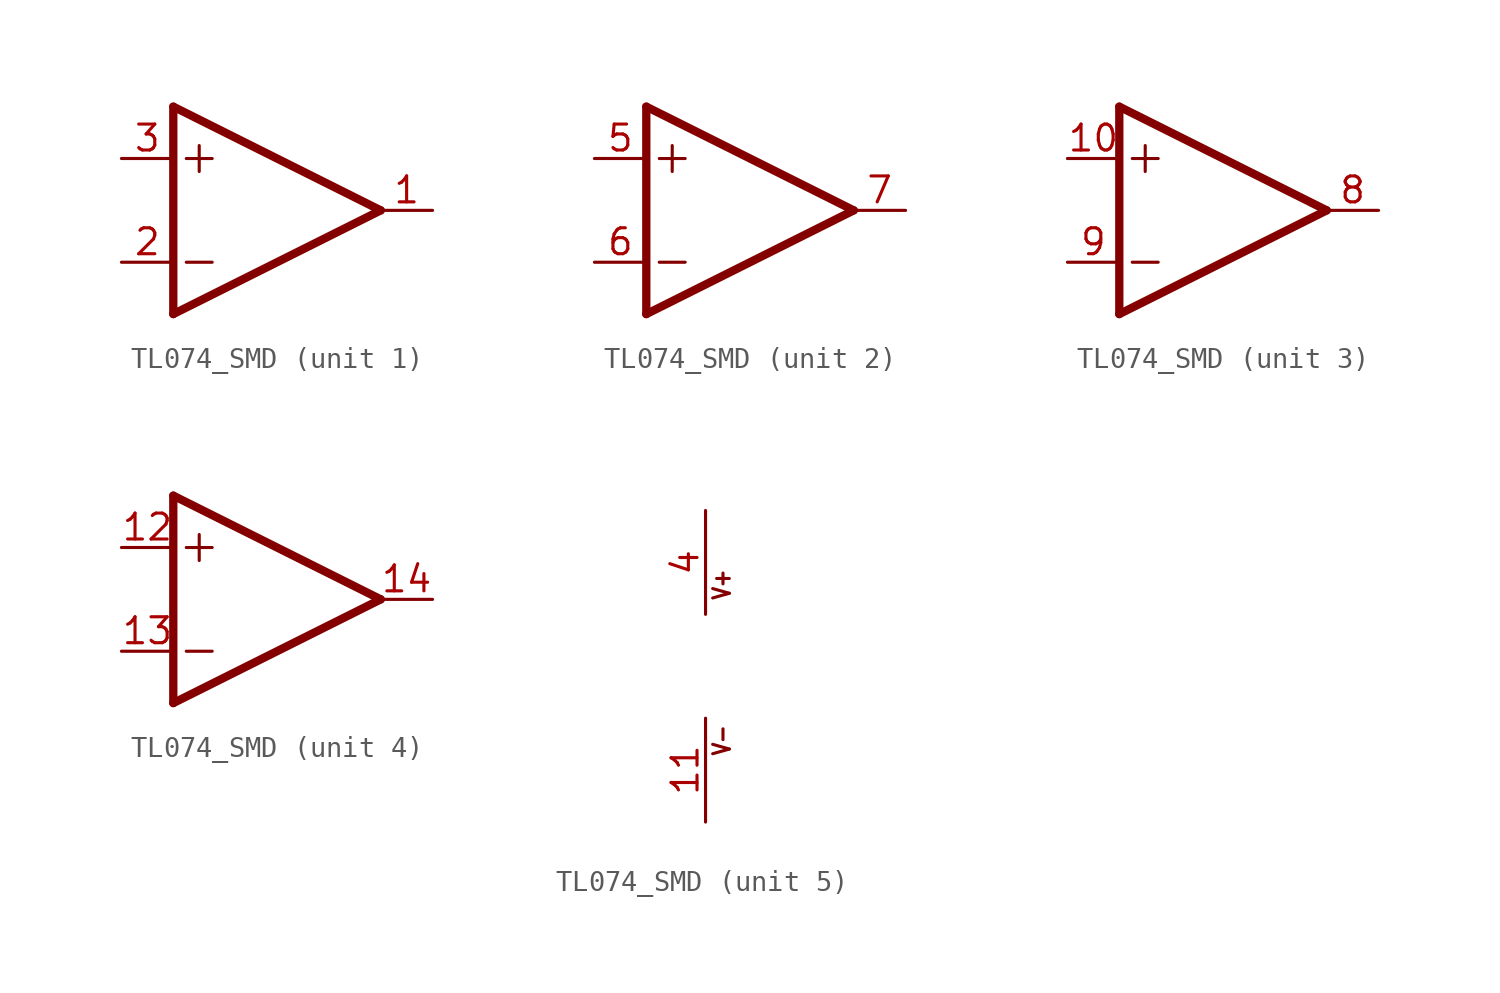
<source format=kicad_sym>
(kicad_symbol_lib
  (version 20211014)
  (generator kicad_symbol_editor)
  (symbol "TL074_SMD"
    (property "Reference" "U"
      (at 2.54 3.175 0)
      (effects (font (size 1.778 1.511)) (justify left bottom) hide))
    (property "ki_locked" ""
      (at 0 0 0)
      (effects (font (size 1.27 1.27))))
    (symbol "TL074_SMD_1_0"
      (polyline (pts (xy -5.08 -5.08) (xy 5.08 0)) (stroke (width 0.406) (type default) (color 0 0 0 0)) (fill (type none)))
      (polyline (pts (xy -5.08 5.08) (xy -5.08 -5.08)) (stroke (width 0.406) (type default) (color 0 0 0 0)) (fill (type none)))
      (polyline (pts (xy -4.445 -2.54) (xy -3.175 -2.54)) (stroke (width 0.152) (type default) (color 0 0 0 0)) (fill (type none)))
      (polyline (pts (xy -4.445 2.54) (xy -3.175 2.54)) (stroke (width 0.152) (type default) (color 0 0 0 0)) (fill (type none)))
      (polyline (pts (xy -3.81 3.175) (xy -3.81 1.905)) (stroke (width 0.152) (type default) (color 0 0 0 0)) (fill (type none)))
      (polyline (pts (xy 5.08 0) (xy -5.08 5.08)) (stroke (width 0.406) (type default) (color 0 0 0 0)) (fill (type none)))
      (pin output line (at 7.62 0 180) (length 2.54) (name "OUT" (effects (font (size 0 0)))) (number "1" (effects (font (size 1.27 1.27)))))
      (pin input line (at -7.62 -2.54 0) (length 2.54) (name "-IN" (effects (font (size 0 0)))) (number "2" (effects (font (size 1.27 1.27)))))
      (pin input line (at -7.62 2.54 0) (length 2.54) (name "+IN" (effects (font (size 0 0)))) (number "3" (effects (font (size 1.27 1.27))))))
    (symbol "TL074_SMD_2_0"
      (polyline (pts (xy -5.08 -5.08) (xy 5.08 0)) (stroke (width 0.406) (type default) (color 0 0 0 0)) (fill (type none)))
      (polyline (pts (xy -5.08 5.08) (xy -5.08 -5.08)) (stroke (width 0.406) (type default) (color 0 0 0 0)) (fill (type none)))
      (polyline (pts (xy -4.445 -2.54) (xy -3.175 -2.54)) (stroke (width 0.152) (type default) (color 0 0 0 0)) (fill (type none)))
      (polyline (pts (xy -4.445 2.54) (xy -3.175 2.54)) (stroke (width 0.152) (type default) (color 0 0 0 0)) (fill (type none)))
      (polyline (pts (xy -3.81 3.175) (xy -3.81 1.905)) (stroke (width 0.152) (type default) (color 0 0 0 0)) (fill (type none)))
      (polyline (pts (xy 5.08 0) (xy -5.08 5.08)) (stroke (width 0.406) (type default) (color 0 0 0 0)) (fill (type none)))
      (pin input line (at -7.62 2.54 0) (length 2.54) (name "+IN" (effects (font (size 0 0)))) (number "5" (effects (font (size 1.27 1.27)))))
      (pin input line (at -7.62 -2.54 0) (length 2.54) (name "-IN" (effects (font (size 0 0)))) (number "6" (effects (font (size 1.27 1.27)))))
      (pin output line (at 7.62 0 180) (length 2.54) (name "OUT" (effects (font (size 0 0)))) (number "7" (effects (font (size 1.27 1.27))))))
    (symbol "TL074_SMD_3_0"
      (polyline (pts (xy -5.08 -5.08) (xy 5.08 0)) (stroke (width 0.406) (type default) (color 0 0 0 0)) (fill (type none)))
      (polyline (pts (xy -5.08 5.08) (xy -5.08 -5.08)) (stroke (width 0.406) (type default) (color 0 0 0 0)) (fill (type none)))
      (polyline (pts (xy -4.445 -2.54) (xy -3.175 -2.54)) (stroke (width 0.152) (type default) (color 0 0 0 0)) (fill (type none)))
      (polyline (pts (xy -4.445 2.54) (xy -3.175 2.54)) (stroke (width 0.152) (type default) (color 0 0 0 0)) (fill (type none)))
      (polyline (pts (xy -3.81 3.175) (xy -3.81 1.905)) (stroke (width 0.152) (type default) (color 0 0 0 0)) (fill (type none)))
      (polyline (pts (xy 5.08 0) (xy -5.08 5.08)) (stroke (width 0.406) (type default) (color 0 0 0 0)) (fill (type none)))
      (pin input line (at -7.62 2.54 0) (length 2.54) (name "+IN" (effects (font (size 0 0)))) (number "10" (effects (font (size 1.27 1.27)))))
      (pin output line (at 7.62 0 180) (length 2.54) (name "OUT" (effects (font (size 0 0)))) (number "8" (effects (font (size 1.27 1.27)))))
      (pin input line (at -7.62 -2.54 0) (length 2.54) (name "-IN" (effects (font (size 0 0)))) (number "9" (effects (font (size 1.27 1.27))))))
    (symbol "TL074_SMD_4_0"
      (polyline (pts (xy -5.08 -5.08) (xy 5.08 0)) (stroke (width 0.406) (type default) (color 0 0 0 0)) (fill (type none)))
      (polyline (pts (xy -5.08 5.08) (xy -5.08 -5.08)) (stroke (width 0.406) (type default) (color 0 0 0 0)) (fill (type none)))
      (polyline (pts (xy -4.445 -2.54) (xy -3.175 -2.54)) (stroke (width 0.152) (type default) (color 0 0 0 0)) (fill (type none)))
      (polyline (pts (xy -4.445 2.54) (xy -3.175 2.54)) (stroke (width 0.152) (type default) (color 0 0 0 0)) (fill (type none)))
      (polyline (pts (xy -3.81 3.175) (xy -3.81 1.905)) (stroke (width 0.152) (type default) (color 0 0 0 0)) (fill (type none)))
      (polyline (pts (xy 5.08 0) (xy -5.08 5.08)) (stroke (width 0.406) (type default) (color 0 0 0 0)) (fill (type none)))
      (pin input line (at -7.62 2.54 0) (length 2.54) (name "+IN" (effects (font (size 0 0)))) (number "12" (effects (font (size 1.27 1.27)))))
      (pin input line (at -7.62 -2.54 0) (length 2.54) (name "-IN" (effects (font (size 0 0)))) (number "13" (effects (font (size 1.27 1.27)))))
      (pin output line (at 7.62 0 180) (length 2.54) (name "OUT" (effects (font (size 0 0)))) (number "14" (effects (font (size 1.27 1.27))))))
    (symbol "TL074_SMD_5_0"
      (text "V+" (at 1.27 3.175 900) (effects (font (size 0.813 0.691)) (justify left bottom)))
      (text "V-" (at 1.27 -4.445 900) (effects (font (size 0.813 0.691)) (justify left bottom)))
      (pin power_in line (at 0 -7.62 90) (length 5.08) (name "V-" (effects (font (size 0 0)))) (number "11" (effects (font (size 1.27 1.27)))))
      (pin power_in line (at 0 7.62 270) (length 5.08) (name "V+" (effects (font (size 0 0)))) (number "4" (effects (font (size 1.27 1.27))))))))
</source>
